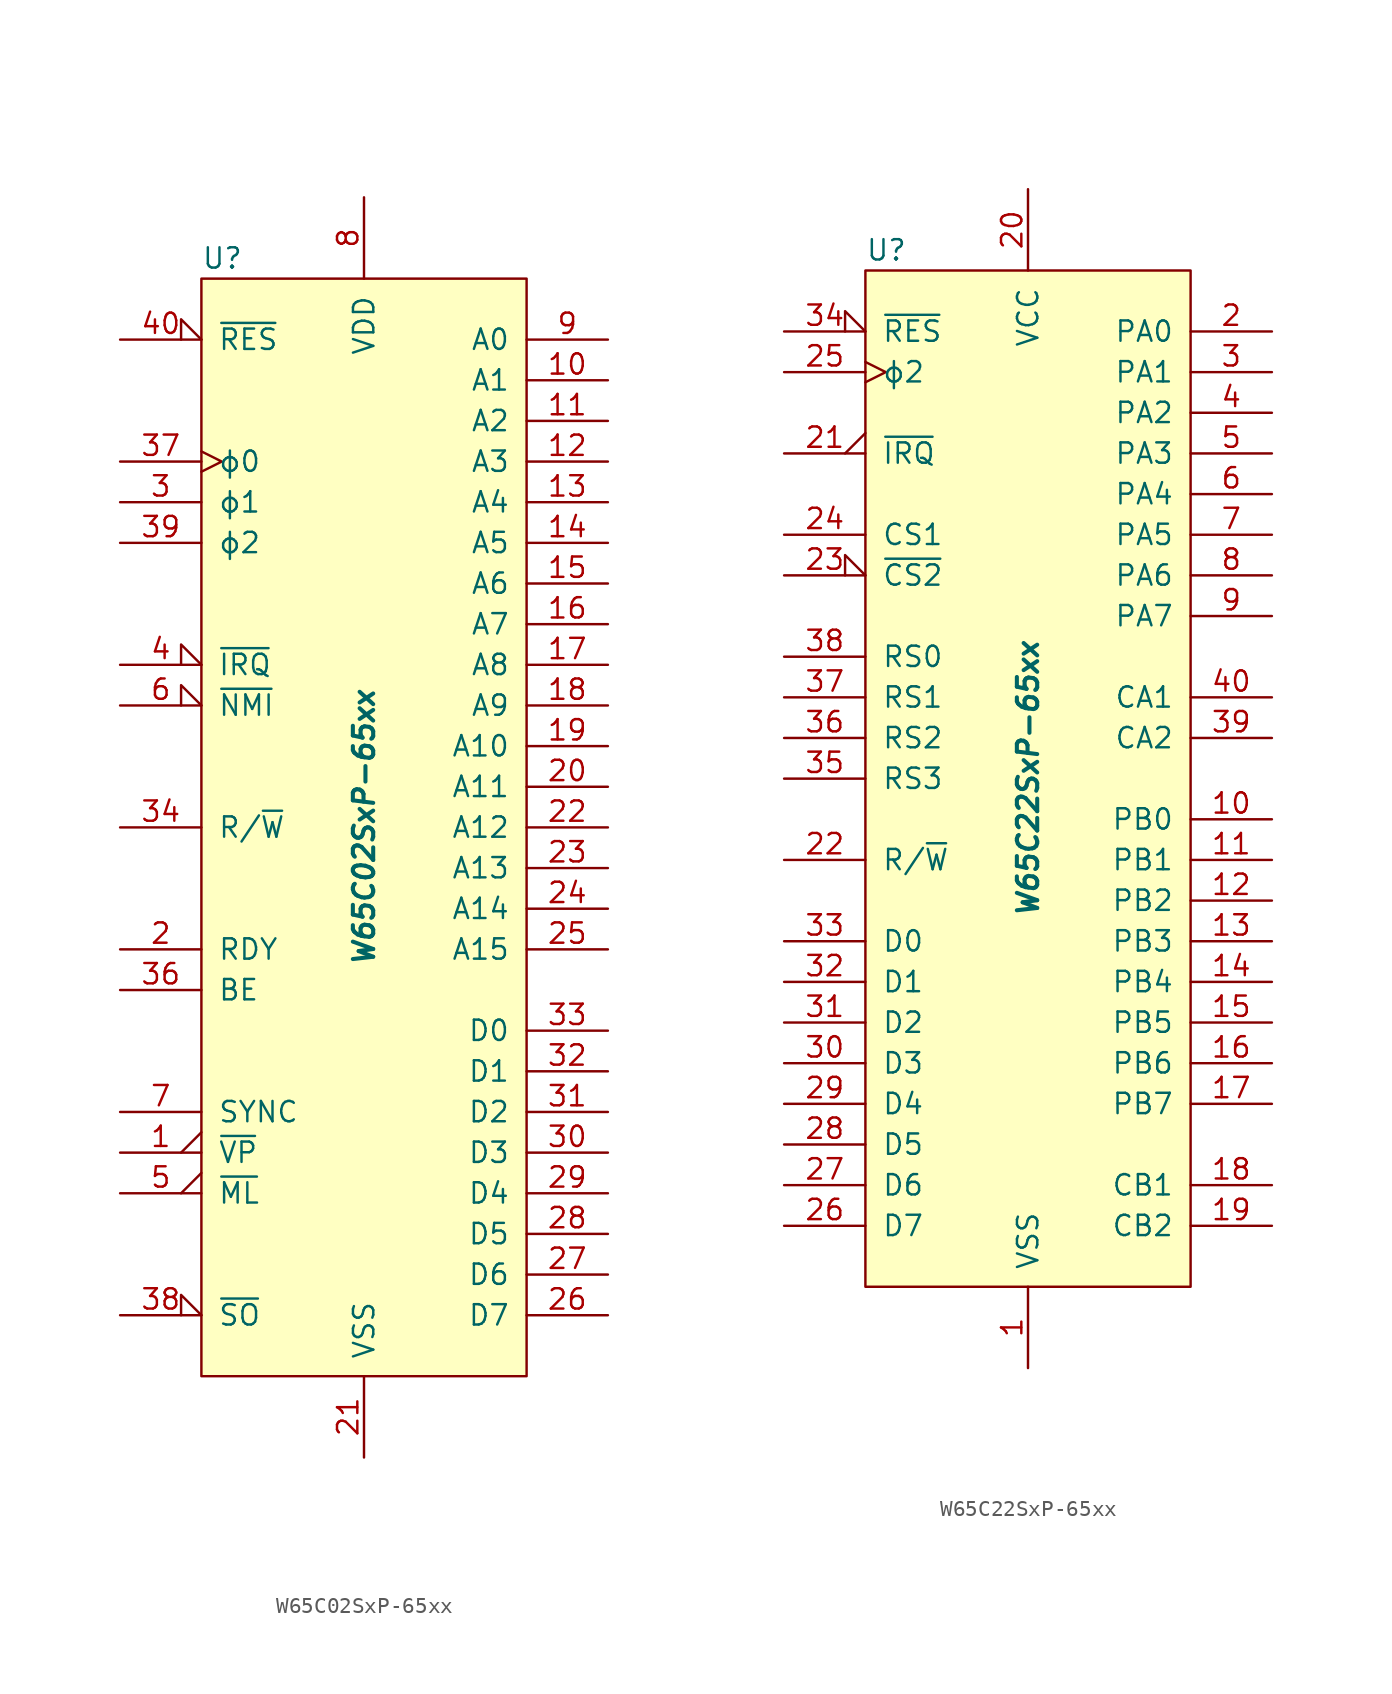
<source format=kicad_sym>
(kicad_symbol_lib
  (version 20201005)
  (generator kicad_symbol_editor)
  (symbol "W65C02SxP-65xx"
    (pin_names
      (offset 1.016))
    (property "Reference" "U"
      (at -10.16 35.56 0)
      (effects (font (size 1.27 1.27)) (justify left)))
    (property "Value" "W65C02SxP-65xx"
      (at 0 0 90)
      (effects (font (size 1.27 1.27) bold italic)))
    (symbol "W65C02SxP-65xx_0_1"
      (rectangle (start -10.16 34.29) (end 10.16 -34.29) (stroke (width 0)) (fill (type background))))
    (symbol "W65C02SxP-65xx_1_1"
      (pin output output_low (at -15.24 -20.32 0) (length 5.08) (name "~VP" (effects (font (size 1.27 1.27)))) (number "1" (effects (font (size 1.27 1.27)))))
      (pin tri_state line (at 15.24 27.94 180) (length 5.08) (name "A1" (effects (font (size 1.27 1.27)))) (number "10" (effects (font (size 1.27 1.27)))))
      (pin tri_state line (at 15.24 25.4 180) (length 5.08) (name "A2" (effects (font (size 1.27 1.27)))) (number "11" (effects (font (size 1.27 1.27)))))
      (pin tri_state line (at 15.24 22.86 180) (length 5.08) (name "A3" (effects (font (size 1.27 1.27)))) (number "12" (effects (font (size 1.27 1.27)))))
      (pin tri_state line (at 15.24 20.32 180) (length 5.08) (name "A4" (effects (font (size 1.27 1.27)))) (number "13" (effects (font (size 1.27 1.27)))))
      (pin tri_state line (at 15.24 17.78 180) (length 5.08) (name "A5" (effects (font (size 1.27 1.27)))) (number "14" (effects (font (size 1.27 1.27)))))
      (pin tri_state line (at 15.24 15.24 180) (length 5.08) (name "A6" (effects (font (size 1.27 1.27)))) (number "15" (effects (font (size 1.27 1.27)))))
      (pin tri_state line (at 15.24 12.7 180) (length 5.08) (name "A7" (effects (font (size 1.27 1.27)))) (number "16" (effects (font (size 1.27 1.27)))))
      (pin tri_state line (at 15.24 10.16 180) (length 5.08) (name "A8" (effects (font (size 1.27 1.27)))) (number "17" (effects (font (size 1.27 1.27)))))
      (pin tri_state line (at 15.24 7.62 180) (length 5.08) (name "A9" (effects (font (size 1.27 1.27)))) (number "18" (effects (font (size 1.27 1.27)))))
      (pin tri_state line (at 15.24 5.08 180) (length 5.08) (name "A10" (effects (font (size 1.27 1.27)))) (number "19" (effects (font (size 1.27 1.27)))))
      (pin open_collector line (at -15.24 -7.62 0) (length 5.08) (name "RDY" (effects (font (size 1.27 1.27)))) (number "2" (effects (font (size 1.27 1.27)))))
      (pin tri_state line (at 15.24 2.54 180) (length 5.08) (name "A11" (effects (font (size 1.27 1.27)))) (number "20" (effects (font (size 1.27 1.27)))))
      (pin power_in line (at 0 -39.37 90) (length 5.08) (name "VSS" (effects (font (size 1.27 1.27)))) (number "21" (effects (font (size 1.27 1.27)))))
      (pin tri_state line (at 15.24 0 180) (length 5.08) (name "A12" (effects (font (size 1.27 1.27)))) (number "22" (effects (font (size 1.27 1.27)))))
      (pin tri_state line (at 15.24 -2.54 180) (length 5.08) (name "A13" (effects (font (size 1.27 1.27)))) (number "23" (effects (font (size 1.27 1.27)))))
      (pin tri_state line (at 15.24 -5.08 180) (length 5.08) (name "A14" (effects (font (size 1.27 1.27)))) (number "24" (effects (font (size 1.27 1.27)))))
      (pin tri_state line (at 15.24 -7.62 180) (length 5.08) (name "A15" (effects (font (size 1.27 1.27)))) (number "25" (effects (font (size 1.27 1.27)))))
      (pin bidirectional line (at 15.24 -30.48 180) (length 5.08) (name "D7" (effects (font (size 1.27 1.27)))) (number "26" (effects (font (size 1.27 1.27)))))
      (pin bidirectional line (at 15.24 -27.94 180) (length 5.08) (name "D6" (effects (font (size 1.27 1.27)))) (number "27" (effects (font (size 1.27 1.27)))))
      (pin bidirectional line (at 15.24 -25.4 180) (length 5.08) (name "D5" (effects (font (size 1.27 1.27)))) (number "28" (effects (font (size 1.27 1.27)))))
      (pin bidirectional line (at 15.24 -22.86 180) (length 5.08) (name "D4" (effects (font (size 1.27 1.27)))) (number "29" (effects (font (size 1.27 1.27)))))
      (pin output line (at -15.24 20.32 0) (length 5.08) (name "ϕ1" (effects (font (size 1.27 1.27)))) (number "3" (effects (font (size 1.27 1.27)))))
      (pin bidirectional line (at 15.24 -20.32 180) (length 5.08) (name "D3" (effects (font (size 1.27 1.27)))) (number "30" (effects (font (size 1.27 1.27)))))
      (pin bidirectional line (at 15.24 -17.78 180) (length 5.08) (name "D2" (effects (font (size 1.27 1.27)))) (number "31" (effects (font (size 1.27 1.27)))))
      (pin bidirectional line (at 15.24 -15.24 180) (length 5.08) (name "D1" (effects (font (size 1.27 1.27)))) (number "32" (effects (font (size 1.27 1.27)))))
      (pin bidirectional line (at 15.24 -12.7 180) (length 5.08) (name "D0" (effects (font (size 1.27 1.27)))) (number "33" (effects (font (size 1.27 1.27)))))
      (pin tri_state line (at -15.24 0 0) (length 5.08) (name "R/~W" (effects (font (size 1.27 1.27)))) (number "34" (effects (font (size 1.27 1.27)))))
      (pin unconnected non_logic (at -10.16 -27.94 0) (length 2.54) hide (name "nc" (effects (font (size 1.27 1.27)))) (number "35" (effects (font (size 1.27 1.27)))))
      (pin input line (at -15.24 -10.16 0) (length 5.08) (name "BE" (effects (font (size 1.27 1.27)))) (number "36" (effects (font (size 1.27 1.27)))))
      (pin input clock (at -15.24 22.86 0) (length 5.08) (name "ϕ0" (effects (font (size 1.27 1.27)))) (number "37" (effects (font (size 1.27 1.27)))))
      (pin input input_low (at -15.24 -30.48 0) (length 5.08) (name "~SO" (effects (font (size 1.27 1.27)))) (number "38" (effects (font (size 1.27 1.27)))))
      (pin output line (at -15.24 17.78 0) (length 5.08) (name "ϕ2" (effects (font (size 1.27 1.27)))) (number "39" (effects (font (size 1.27 1.27)))))
      (pin input input_low (at -15.24 10.16 0) (length 5.08) (name "~IRQ" (effects (font (size 1.27 1.27)))) (number "4" (effects (font (size 1.27 1.27)))))
      (pin input input_low (at -15.24 30.48 0) (length 5.08) (name "~RES" (effects (font (size 1.27 1.27)))) (number "40" (effects (font (size 1.27 1.27)))))
      (pin output output_low (at -15.24 -22.86 0) (length 5.08) (name "~ML" (effects (font (size 1.27 1.27)))) (number "5" (effects (font (size 1.27 1.27)))))
      (pin input input_low (at -15.24 7.62 0) (length 5.08) (name "~NMI" (effects (font (size 1.27 1.27)))) (number "6" (effects (font (size 1.27 1.27)))))
      (pin output line (at -15.24 -17.78 0) (length 5.08) (name "SYNC" (effects (font (size 1.27 1.27)))) (number "7" (effects (font (size 1.27 1.27)))))
      (pin power_in line (at 0 39.37 270) (length 5.08) (name "VDD" (effects (font (size 1.27 1.27)))) (number "8" (effects (font (size 1.27 1.27)))))
      (pin tri_state line (at 15.24 30.48 180) (length 5.08) (name "A0" (effects (font (size 1.27 1.27)))) (number "9" (effects (font (size 1.27 1.27)))))))
  (symbol "W65C22SxP-65xx"
    (pin_names
      (offset 1.016))
    (property "Reference" "U"
      (at -10.16 33.02 0)
      (effects (font (size 1.27 1.27)) (justify left)))
    (property "Value" "W65C22SxP-65xx"
      (at 0 0 90)
      (effects (font (size 1.27 1.27) bold italic)))
    (symbol "W65C22SxP-65xx_0_1"
      (rectangle (start -10.16 31.75) (end 10.16 -31.75) (stroke (width 0)) (fill (type background))))
    (symbol "W65C22SxP-65xx_1_1"
      (pin power_in line (at 0 -36.83 90) (length 5.08) (name "VSS" (effects (font (size 1.27 1.27)))) (number "1" (effects (font (size 1.27 1.27)))))
      (pin bidirectional line (at 15.24 -2.54 180) (length 5.08) (name "PB0" (effects (font (size 1.27 1.27)))) (number "10" (effects (font (size 1.27 1.27)))))
      (pin bidirectional line (at 15.24 -5.08 180) (length 5.08) (name "PB1" (effects (font (size 1.27 1.27)))) (number "11" (effects (font (size 1.27 1.27)))))
      (pin bidirectional line (at 15.24 -7.62 180) (length 5.08) (name "PB2" (effects (font (size 1.27 1.27)))) (number "12" (effects (font (size 1.27 1.27)))))
      (pin bidirectional line (at 15.24 -10.16 180) (length 5.08) (name "PB3" (effects (font (size 1.27 1.27)))) (number "13" (effects (font (size 1.27 1.27)))))
      (pin bidirectional line (at 15.24 -12.7 180) (length 5.08) (name "PB4" (effects (font (size 1.27 1.27)))) (number "14" (effects (font (size 1.27 1.27)))))
      (pin bidirectional line (at 15.24 -15.24 180) (length 5.08) (name "PB5" (effects (font (size 1.27 1.27)))) (number "15" (effects (font (size 1.27 1.27)))))
      (pin bidirectional line (at 15.24 -17.78 180) (length 5.08) (name "PB6" (effects (font (size 1.27 1.27)))) (number "16" (effects (font (size 1.27 1.27)))))
      (pin bidirectional line (at 15.24 -20.32 180) (length 5.08) (name "PB7" (effects (font (size 1.27 1.27)))) (number "17" (effects (font (size 1.27 1.27)))))
      (pin input line (at 15.24 -25.4 180) (length 5.08) (name "CB1" (effects (font (size 1.27 1.27)))) (number "18" (effects (font (size 1.27 1.27)))))
      (pin bidirectional line (at 15.24 -27.94 180) (length 5.08) (name "CB2" (effects (font (size 1.27 1.27)))) (number "19" (effects (font (size 1.27 1.27)))))
      (pin bidirectional line (at 15.24 27.94 180) (length 5.08) (name "PA0" (effects (font (size 1.27 1.27)))) (number "2" (effects (font (size 1.27 1.27)))))
      (pin power_in line (at 0 36.83 270) (length 5.08) (name "VCC" (effects (font (size 1.27 1.27)))) (number "20" (effects (font (size 1.27 1.27)))))
      (pin output output_low (at -15.24 20.32 0) (length 5.08) (name "~IRQ" (effects (font (size 1.27 1.27)))) (number "21" (effects (font (size 1.27 1.27)))))
      (pin input line (at -15.24 -5.08 0) (length 5.08) (name "R/~W" (effects (font (size 1.27 1.27)))) (number "22" (effects (font (size 1.27 1.27)))))
      (pin input input_low (at -15.24 12.7 0) (length 5.08) (name "~CS2" (effects (font (size 1.27 1.27)))) (number "23" (effects (font (size 1.27 1.27)))))
      (pin input line (at -15.24 15.24 0) (length 5.08) (name "CS1" (effects (font (size 1.27 1.27)))) (number "24" (effects (font (size 1.27 1.27)))))
      (pin input clock (at -15.24 25.4 0) (length 5.08) (name "ϕ2" (effects (font (size 1.27 1.27)))) (number "25" (effects (font (size 1.27 1.27)))))
      (pin bidirectional line (at -15.24 -27.94 0) (length 5.08) (name "D7" (effects (font (size 1.27 1.27)))) (number "26" (effects (font (size 1.27 1.27)))))
      (pin bidirectional line (at -15.24 -25.4 0) (length 5.08) (name "D6" (effects (font (size 1.27 1.27)))) (number "27" (effects (font (size 1.27 1.27)))))
      (pin bidirectional line (at -15.24 -22.86 0) (length 5.08) (name "D5" (effects (font (size 1.27 1.27)))) (number "28" (effects (font (size 1.27 1.27)))))
      (pin bidirectional line (at -15.24 -20.32 0) (length 5.08) (name "D4" (effects (font (size 1.27 1.27)))) (number "29" (effects (font (size 1.27 1.27)))))
      (pin bidirectional line (at 15.24 25.4 180) (length 5.08) (name "PA1" (effects (font (size 1.27 1.27)))) (number "3" (effects (font (size 1.27 1.27)))))
      (pin bidirectional line (at -15.24 -17.78 0) (length 5.08) (name "D3" (effects (font (size 1.27 1.27)))) (number "30" (effects (font (size 1.27 1.27)))))
      (pin bidirectional line (at -15.24 -15.24 0) (length 5.08) (name "D2" (effects (font (size 1.27 1.27)))) (number "31" (effects (font (size 1.27 1.27)))))
      (pin bidirectional line (at -15.24 -12.7 0) (length 5.08) (name "D1" (effects (font (size 1.27 1.27)))) (number "32" (effects (font (size 1.27 1.27)))))
      (pin bidirectional line (at -15.24 -10.16 0) (length 5.08) (name "D0" (effects (font (size 1.27 1.27)))) (number "33" (effects (font (size 1.27 1.27)))))
      (pin input input_low (at -15.24 27.94 0) (length 5.08) (name "~RES" (effects (font (size 1.27 1.27)))) (number "34" (effects (font (size 1.27 1.27)))))
      (pin input line (at -15.24 0 0) (length 5.08) (name "RS3" (effects (font (size 1.27 1.27)))) (number "35" (effects (font (size 1.27 1.27)))))
      (pin input line (at -15.24 2.54 0) (length 5.08) (name "RS2" (effects (font (size 1.27 1.27)))) (number "36" (effects (font (size 1.27 1.27)))))
      (pin input line (at -15.24 5.08 0) (length 5.08) (name "RS1" (effects (font (size 1.27 1.27)))) (number "37" (effects (font (size 1.27 1.27)))))
      (pin input line (at -15.24 7.62 0) (length 5.08) (name "RS0" (effects (font (size 1.27 1.27)))) (number "38" (effects (font (size 1.27 1.27)))))
      (pin bidirectional line (at 15.24 2.54 180) (length 5.08) (name "CA2" (effects (font (size 1.27 1.27)))) (number "39" (effects (font (size 1.27 1.27)))))
      (pin bidirectional line (at 15.24 22.86 180) (length 5.08) (name "PA2" (effects (font (size 1.27 1.27)))) (number "4" (effects (font (size 1.27 1.27)))))
      (pin input line (at 15.24 5.08 180) (length 5.08) (name "CA1" (effects (font (size 1.27 1.27)))) (number "40" (effects (font (size 1.27 1.27)))))
      (pin bidirectional line (at 15.24 20.32 180) (length 5.08) (name "PA3" (effects (font (size 1.27 1.27)))) (number "5" (effects (font (size 1.27 1.27)))))
      (pin bidirectional line (at 15.24 17.78 180) (length 5.08) (name "PA4" (effects (font (size 1.27 1.27)))) (number "6" (effects (font (size 1.27 1.27)))))
      (pin bidirectional line (at 15.24 15.24 180) (length 5.08) (name "PA5" (effects (font (size 1.27 1.27)))) (number "7" (effects (font (size 1.27 1.27)))))
      (pin bidirectional line (at 15.24 12.7 180) (length 5.08) (name "PA6" (effects (font (size 1.27 1.27)))) (number "8" (effects (font (size 1.27 1.27)))))
      (pin bidirectional line (at 15.24 10.16 180) (length 5.08) (name "PA7" (effects (font (size 1.27 1.27)))) (number "9" (effects (font (size 1.27 1.27))))))))
</source>
